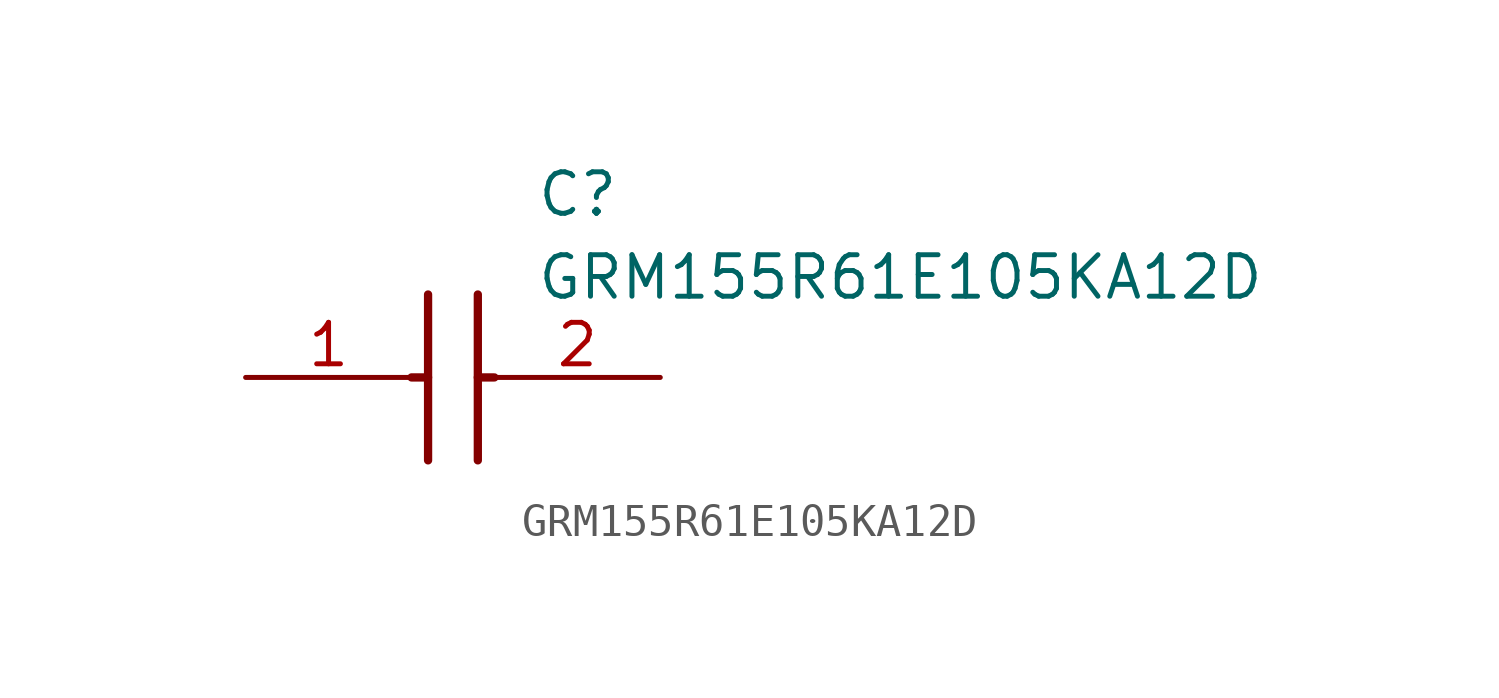
<source format=kicad_sym>
(kicad_symbol_lib
  (version 20211014)
  (generator SamacSys_ECAD_Model)
  (symbol "GRM155R61E105KA12D"
    (pin_names hide)
    (property "Reference" "C"
      (at 8.89 6.35 0)
      (effects (font (size 1.27 1.27)) (justify left top)))
    (property "Value" "GRM155R61E105KA12D"
      (at 8.89 3.81 0)
      (effects (font (size 1.27 1.27)) (justify left top)))
    (polyline
      (pts (xy 5.588 2.54) (xy 5.588 -2.54))
      (stroke (width 0.254) (type default))
      (fill (type none)))
    (polyline
      (pts (xy 7.112 2.54) (xy 7.112 -2.54))
      (stroke (width 0.254) (type default))
      (fill (type none)))
    (polyline
      (pts (xy 5.08 0) (xy 5.588 0))
      (stroke (width 0.254) (type default))
      (fill (type none)))
    (polyline
      (pts (xy 7.112 0) (xy 7.62 0))
      (stroke (width 0.254) (type default))
      (fill (type none)))
    (pin passive line
      (at 0 0 0)
      (length 5.08)
      (name "1" (effects (font (size 1.27 1.27))))
      (number "1" (effects (font (size 1.27 1.27)))))
    (pin passive line
      (at 12.7 0 180)
      (length 5.08)
      (name "2" (effects (font (size 1.27 1.27))))
      (number "2" (effects (font (size 1.27 1.27)))))))
</source>
